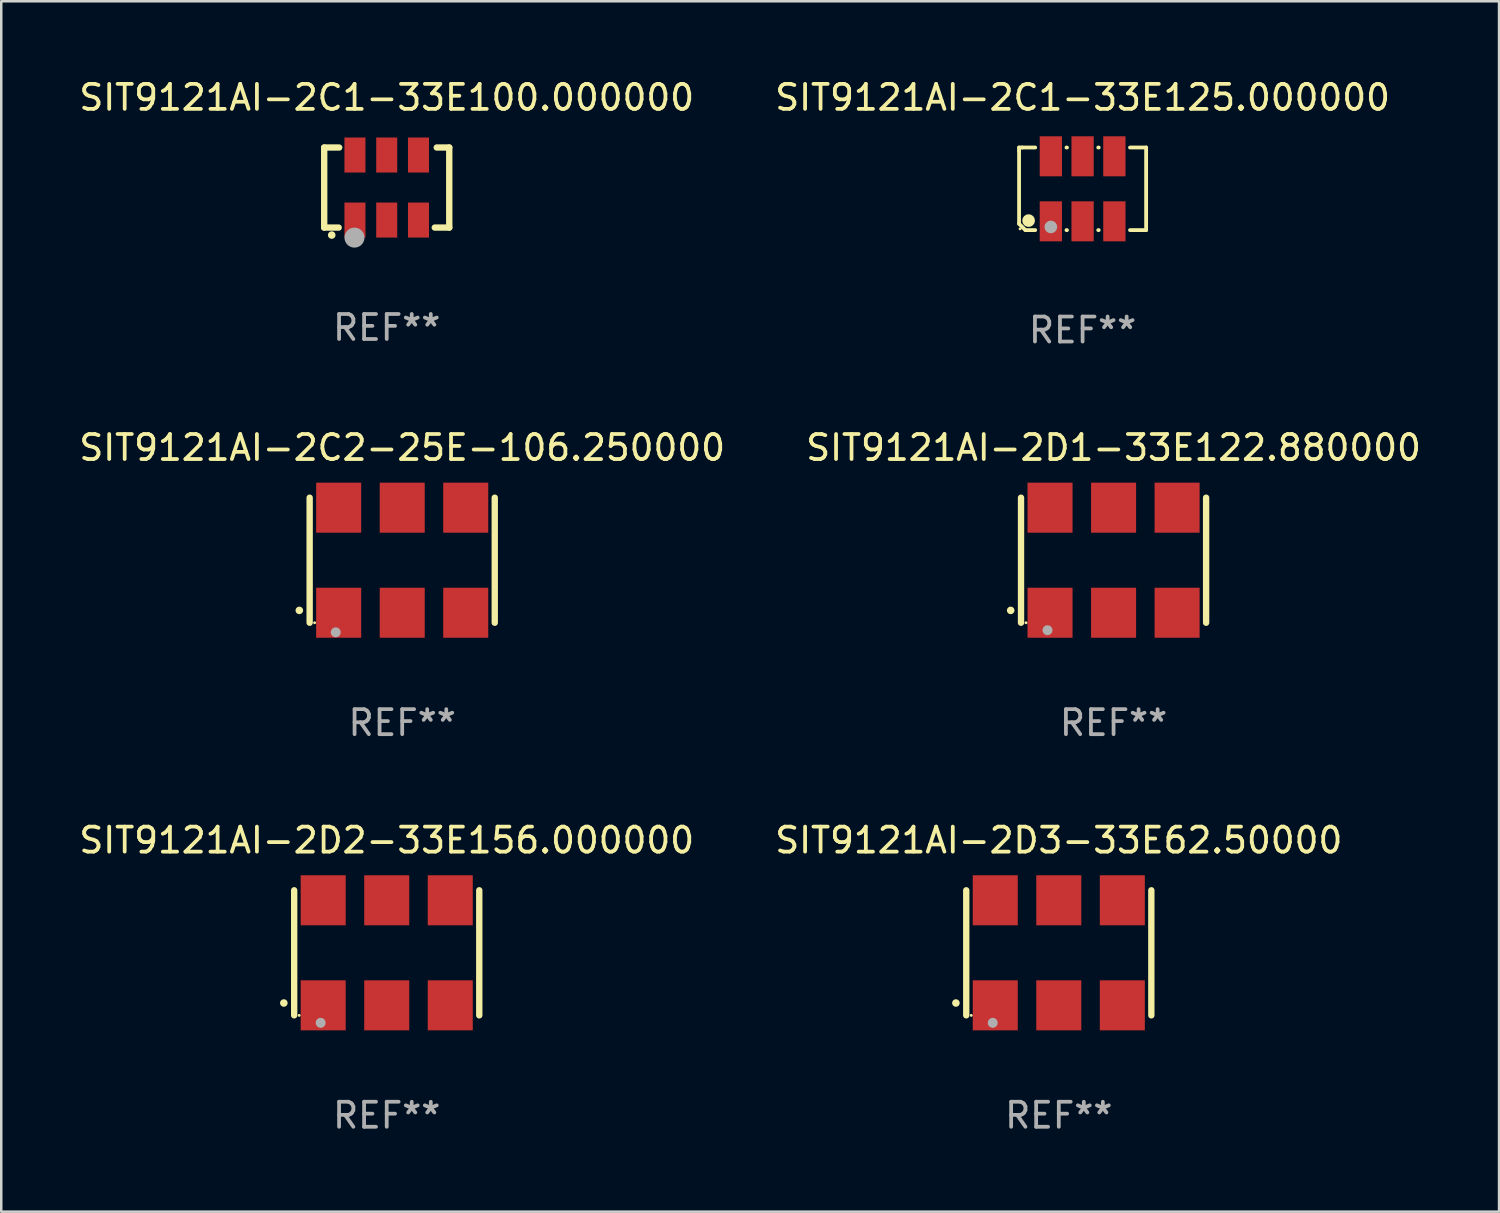
<source format=kicad_pcb>
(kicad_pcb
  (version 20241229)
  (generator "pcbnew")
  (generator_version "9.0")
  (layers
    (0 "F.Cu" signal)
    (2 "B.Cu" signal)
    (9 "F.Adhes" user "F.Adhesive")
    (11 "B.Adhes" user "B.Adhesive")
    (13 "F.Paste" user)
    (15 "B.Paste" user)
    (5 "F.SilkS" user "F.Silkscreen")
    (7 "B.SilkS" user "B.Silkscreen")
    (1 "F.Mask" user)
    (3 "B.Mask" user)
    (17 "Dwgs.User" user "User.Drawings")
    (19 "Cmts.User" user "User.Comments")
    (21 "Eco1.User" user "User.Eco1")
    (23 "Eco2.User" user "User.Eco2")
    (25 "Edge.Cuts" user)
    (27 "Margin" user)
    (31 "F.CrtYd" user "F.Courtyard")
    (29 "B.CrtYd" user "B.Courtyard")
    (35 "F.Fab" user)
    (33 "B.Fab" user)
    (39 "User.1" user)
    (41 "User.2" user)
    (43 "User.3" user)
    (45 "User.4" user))
  (footprint "SIT9121AI-2D2-33E156.000000"
    (layer "F.Cu")
    (at 12.411 35.043)
    (property "Reference" "SIT9121AI-2D2-33E156.000000" (at 0 -4.5 0) (layer "F.SilkS") (effects (font (size 1 1) (thickness 0.15))))
    (attr through_hole)
    (fp_line (start -3.7 -2.5) (end -3.7 2.5) (stroke (width 0.254) (type solid)) (layer "F.SilkS"))
    (fp_line (start 3.7 -2.5) (end 3.7 2.5) (stroke (width 0.254) (type solid)) (layer "F.SilkS"))
    (fp_arc (start -4.114415 2.006604) (mid -4.113145 2.006599) (end -4.111875 2.006604) (stroke (width 0.3) (type solid)) (layer "F.SilkS"))
    (fp_circle (center -3.5 2.501) (end -3.47 2.501) (stroke (width 0.06) (type solid)) (fill no) (layer "F.SilkS"))
    (fp_circle (center -2.641 2.799) (end -2.541 2.799) (stroke (width 0.2) (type solid)) (fill no) (layer "F.Fab"))
    (fp_text user "REF**" (at 0 6.5 0) (layer "F.Fab") (effects (font (size 1 1) (thickness 0.15))))
    (pad "1" smd rect (at -2.54 2.1) (size 1.8 2) (layers "F.Cu" "F.Mask" "F.Paste"))
    (pad "2" smd rect (at 0.000394 2.1) (size 1.8 2) (layers "F.Cu" "F.Mask" "F.Paste"))
    (pad "3" smd rect (at 2.54 2.1) (size 1.8 2) (layers "F.Cu" "F.Mask" "F.Paste"))
    (pad "4" smd rect (at 2.54 -2.1) (size 1.8 2) (layers "F.Cu" "F.Mask" "F.Paste"))
    (pad "5" smd rect (at 0.000394 -2.1) (size 1.8 2) (layers "F.Cu" "F.Mask" "F.Paste"))
    (pad "6" smd rect (at -2.54 -2.1) (size 1.8 2) (layers "F.Cu" "F.Mask" "F.Paste")))
  (footprint "SIT9121AI-2C2-25E-106.250000"
    (layer "F.Cu")
    (at 13.03 19.347)
    (property "Reference" "SIT9121AI-2C2-25E-106.250000" (at 0 -4.5 0) (layer "F.SilkS") (effects (font (size 1 1) (thickness 0.15))))
    (attr through_hole)
    (fp_line (start -3.7 -2.5) (end -3.7 2.5) (stroke (width 0.254) (type solid)) (layer "F.SilkS"))
    (fp_line (start 3.7 -2.5) (end 3.7 2.5) (stroke (width 0.254) (type solid)) (layer "F.SilkS"))
    (fp_arc (start -4.114415 2.006604) (mid -4.113145 2.006599) (end -4.111875 2.006604) (stroke (width 0.3) (type solid)) (layer "F.SilkS"))
    (fp_circle (center -3.502 2.5) (end -3.472 2.5) (stroke (width 0.06) (type solid)) (fill no) (layer "F.SilkS"))
    (fp_circle (center -2.657 2.882) (end -2.557 2.882) (stroke (width 0.2) (type solid)) (fill no) (layer "F.Fab"))
    (fp_text user "REF**" (at 0 6.5 0) (layer "F.Fab") (effects (font (size 1 1) (thickness 0.15))))
    (pad "1" smd rect (at -2.54 2.1) (size 1.8 2) (layers "F.Cu" "F.Mask" "F.Paste"))
    (pad "2" smd rect (at 0.000394 2.1) (size 1.8 2) (layers "F.Cu" "F.Mask" "F.Paste"))
    (pad "3" smd rect (at 2.54 2.1) (size 1.8 2) (layers "F.Cu" "F.Mask" "F.Paste"))
    (pad "4" smd rect (at 2.54 -2.1) (size 1.8 2) (layers "F.Cu" "F.Mask" "F.Paste"))
    (pad "5" smd rect (at 0.000394 -2.1) (size 1.8 2) (layers "F.Cu" "F.Mask" "F.Paste"))
    (pad "6" smd rect (at -2.54 -2.1) (size 1.8 2) (layers "F.Cu" "F.Mask" "F.Paste")))
  (footprint "SIT9121AI-2D3-33E62.50000"
    (layer "F.Cu")
    (at 39.28 35.043)
    (property "Reference" "SIT9121AI-2D3-33E62.50000" (at 0 -4.5 0) (layer "F.SilkS") (effects (font (size 1 1) (thickness 0.15))))
    (attr through_hole)
    (fp_line (start -3.7 -2.5) (end -3.7 2.5) (stroke (width 0.254) (type solid)) (layer "F.SilkS"))
    (fp_line (start 3.7 -2.5) (end 3.7 2.5) (stroke (width 0.254) (type solid)) (layer "F.SilkS"))
    (fp_arc (start -4.114415 2.006604) (mid -4.113145 2.006599) (end -4.111875 2.006604) (stroke (width 0.3) (type solid)) (layer "F.SilkS"))
    (fp_circle (center -3.5 2.501) (end -3.47 2.501) (stroke (width 0.06) (type solid)) (fill no) (layer "F.SilkS"))
    (fp_circle (center -2.641 2.799) (end -2.541 2.799) (stroke (width 0.2) (type solid)) (fill no) (layer "F.Fab"))
    (fp_text user "REF**" (at 0 6.5 0) (layer "F.Fab") (effects (font (size 1 1) (thickness 0.15))))
    (pad "1" smd rect (at -2.54 2.1) (size 1.8 2) (layers "F.Cu" "F.Mask" "F.Paste"))
    (pad "2" smd rect (at 0.000394 2.1) (size 1.8 2) (layers "F.Cu" "F.Mask" "F.Paste"))
    (pad "3" smd rect (at 2.54 2.1) (size 1.8 2) (layers "F.Cu" "F.Mask" "F.Paste"))
    (pad "4" smd rect (at 2.54 -2.1) (size 1.8 2) (layers "F.Cu" "F.Mask" "F.Paste"))
    (pad "5" smd rect (at 0.000394 -2.1) (size 1.8 2) (layers "F.Cu" "F.Mask" "F.Paste"))
    (pad "6" smd rect (at -2.54 -2.1) (size 1.8 2) (layers "F.Cu" "F.Mask" "F.Paste")))
  (footprint "SIT9121AI-2C1-33E100.000000"
    (layer "F.Cu")
    (at 12.411 4.448)
    (property "Reference" "SIT9121AI-2C1-33E100.000000" (at 0 -3.6 0) (layer "F.SilkS") (effects (font (size 1 1) (thickness 0.15))))
    (attr through_hole)
    (fp_line (start -2.5 -1.6) (end -2.5 1.6) (stroke (width 0.254) (type solid)) (layer "F.SilkS"))
    (fp_line (start -2.5 1.6) (end -1.921 1.6) (stroke (width 0.254) (type solid)) (layer "F.SilkS"))
    (fp_line (start -1.9 -1.6) (end -2.5 -1.6) (stroke (width 0.254) (type solid)) (layer "F.SilkS"))
    (fp_line (start 1.921 1.6) (end 2.5 1.6) (stroke (width 0.254) (type solid)) (layer "F.SilkS"))
    (fp_line (start 2.5 -1.6) (end 2 -1.6) (stroke (width 0.254) (type solid)) (layer "F.SilkS"))
    (fp_line (start 2.5 1.6) (end 2.5 -1.6) (stroke (width 0.254) (type solid)) (layer "F.SilkS"))
    (fp_arc (start -2.2 1.9) (mid -2.19873 1.899995) (end -2.19746 1.9) (stroke (width 0.3) (type solid)) (layer "F.SilkS"))
    (fp_circle (center -2.5 1.6) (end -2.47 1.6) (stroke (width 0.06) (type solid)) (fill no) (layer "F.SilkS"))
    (fp_circle (center -1.289 2.002) (end -1.089 2.002) (stroke (width 0.4) (type solid)) (fill no) (layer "F.Fab"))
    (fp_text user "REF**" (at 0 5.6 0) (layer "F.Fab") (effects (font (size 1 1) (thickness 0.15))))
    (pad "1" smd rect (at -1.27 1.3) (size 0.84 1.4) (layers "F.Cu" "F.Mask" "F.Paste"))
    (pad "2" smd rect (at 0 1.3) (size 0.84 1.4) (layers "F.Cu" "F.Mask" "F.Paste"))
    (pad "3" smd rect (at 1.27 1.3) (size 0.84 1.4) (layers "F.Cu" "F.Mask" "F.Paste"))
    (pad "4" smd rect (at 1.27 -1.3) (size 0.84 1.4) (layers "F.Cu" "F.Mask" "F.Paste"))
    (pad "5" smd rect (at 0 -1.3) (size 0.84 1.4) (layers "F.Cu" "F.Mask" "F.Paste"))
    (pad "6" smd rect (at -1.27 -1.3) (size 0.84 1.4) (layers "F.Cu" "F.Mask" "F.Paste")))
  (footprint "SIT9121AI-2D1-33E122.880000"
    (layer "F.Cu")
    (at 41.47 19.347)
    (property "Reference" "SIT9121AI-2D1-33E122.880000" (at 0 -4.5 0) (layer "F.SilkS") (effects (font (size 1 1) (thickness 0.15))))
    (attr through_hole)
    (fp_line (start -3.7 -2.5) (end -3.7 2.5) (stroke (width 0.254) (type solid)) (layer "F.SilkS"))
    (fp_line (start 3.7 -2.5) (end 3.7 2.5) (stroke (width 0.254) (type solid)) (layer "F.SilkS"))
    (fp_arc (start -4.114415 2.006604) (mid -4.113145 2.006599) (end -4.111875 2.006604) (stroke (width 0.3) (type solid)) (layer "F.SilkS"))
    (fp_circle (center -3.5 2.501) (end -3.47 2.501) (stroke (width 0.06) (type solid)) (fill no) (layer "F.SilkS"))
    (fp_circle (center -2.641 2.799) (end -2.541 2.799) (stroke (width 0.2) (type solid)) (fill no) (layer "F.Fab"))
    (fp_text user "REF**" (at 0 6.5 0) (layer "F.Fab") (effects (font (size 1 1) (thickness 0.15))))
    (pad "1" smd rect (at -2.54 2.1) (size 1.8 2) (layers "F.Cu" "F.Mask" "F.Paste"))
    (pad "2" smd rect (at 0.000394 2.1) (size 1.8 2) (layers "F.Cu" "F.Mask" "F.Paste"))
    (pad "3" smd rect (at 2.54 2.1) (size 1.8 2) (layers "F.Cu" "F.Mask" "F.Paste"))
    (pad "4" smd rect (at 2.54 -2.1) (size 1.8 2) (layers "F.Cu" "F.Mask" "F.Paste"))
    (pad "5" smd rect (at 0.000394 -2.1) (size 1.8 2) (layers "F.Cu" "F.Mask" "F.Paste"))
    (pad "6" smd rect (at -2.54 -2.1) (size 1.8 2) (layers "F.Cu" "F.Mask" "F.Paste")))
  (footprint "SIT9121AI-2C1-33E125.000000"
    (layer "F.Cu")
    (at 40.232 4.499)
    (property "Reference" "SIT9121AI-2C1-33E125.000000" (at 0 -3.651 0) (layer "F.SilkS") (effects (font (size 1 1) (thickness 0.15))))
    (attr through_hole)
    (fp_line (start -2.54 -1.651) (end -2.413 -1.651) (stroke (width 0.152) (type solid)) (layer "F.SilkS"))
    (fp_line (start -2.54 -1.524) (end -2.54 -1.651) (stroke (width 0.152) (type solid)) (layer "F.SilkS"))
    (fp_line (start -2.54 1.397) (end -2.54 -1.524) (stroke (width 0.152) (type solid)) (layer "F.SilkS"))
    (fp_line (start -2.413 -1.651) (end -1.895 -1.651) (stroke (width 0.152) (type solid)) (layer "F.SilkS"))
    (fp_line (start -2.286 1.651) (end -2.54 1.397) (stroke (width 0.152) (type solid)) (layer "F.SilkS"))
    (fp_line (start -1.895 1.651) (end -2.286 1.651) (stroke (width 0.152) (type solid)) (layer "F.SilkS"))
    (fp_line (start -0.645 -1.651) (end -0.625 -1.651) (stroke (width 0.152) (type solid)) (layer "F.SilkS"))
    (fp_line (start -0.625 1.651) (end -0.645 1.651) (stroke (width 0.152) (type solid)) (layer "F.SilkS"))
    (fp_line (start 0.625 -1.651) (end 0.645 -1.651) (stroke (width 0.152) (type solid)) (layer "F.SilkS"))
    (fp_line (start 0.645 1.651) (end 0.625 1.651) (stroke (width 0.152) (type solid)) (layer "F.SilkS"))
    (fp_line (start 1.895 -1.651) (end 2.54 -1.651) (stroke (width 0.152) (type solid)) (layer "F.SilkS"))
    (fp_line (start 2.54 -1.651) (end 2.54 1.651) (stroke (width 0.152) (type solid)) (layer "F.SilkS"))
    (fp_line (start 2.54 1.651) (end 1.895 1.651) (stroke (width 0.152) (type solid)) (layer "F.SilkS"))
    (fp_circle (center -2.5 1.6) (end -2.47 1.6) (stroke (width 0.06) (type solid)) (fill no) (layer "F.SilkS"))
    (fp_circle (center -2.159 1.27) (end -2.032 1.27) (stroke (width 0.254) (type solid)) (fill no) (layer "F.SilkS"))
    (fp_circle (center -1.27 1.524) (end -1.143 1.524) (stroke (width 0.254) (type solid)) (fill no) (layer "F.Fab"))
    (fp_text user "REF**" (at 0 5.651 0) (layer "F.Fab") (effects (font (size 1 1) (thickness 0.15))))
    (pad "1" smd rect (at -1.27 1.3) (size 0.89 1.6) (layers "F.Cu" "F.Mask" "F.Paste"))
    (pad "2" smd rect (at 0 1.3) (size 0.89 1.6) (layers "F.Cu" "F.Mask" "F.Paste"))
    (pad "3" smd rect (at 1.27 1.3) (size 0.89 1.6) (layers "F.Cu" "F.Mask" "F.Paste"))
    (pad "4" smd rect (at 1.27 -1.3) (size 0.89 1.6) (layers "F.Cu" "F.Mask" "F.Paste"))
    (pad "5" smd rect (at 0 -1.3) (size 0.89 1.6) (layers "F.Cu" "F.Mask" "F.Paste"))
    (pad "6" smd rect (at -1.27 -1.3) (size 0.89 1.6) (layers "F.Cu" "F.Mask" "F.Paste")))
  (gr_rect
    (start -3 -3)
    (end 56.881 45.392)
    (stroke (width 0.1) (type default))
    (fill no)
    (layer "Edge.Cuts")))
</source>
